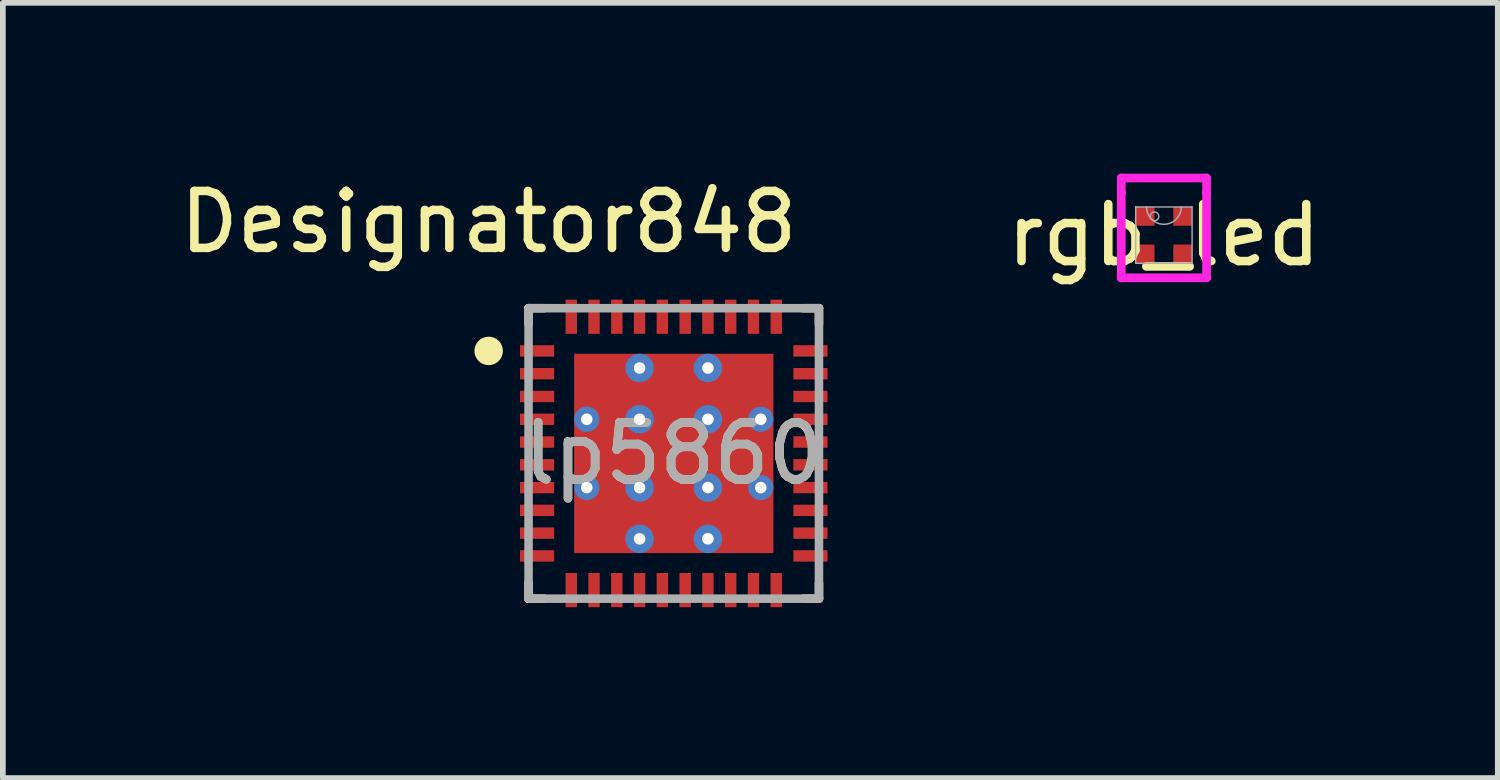
<source format=kicad_pcb>
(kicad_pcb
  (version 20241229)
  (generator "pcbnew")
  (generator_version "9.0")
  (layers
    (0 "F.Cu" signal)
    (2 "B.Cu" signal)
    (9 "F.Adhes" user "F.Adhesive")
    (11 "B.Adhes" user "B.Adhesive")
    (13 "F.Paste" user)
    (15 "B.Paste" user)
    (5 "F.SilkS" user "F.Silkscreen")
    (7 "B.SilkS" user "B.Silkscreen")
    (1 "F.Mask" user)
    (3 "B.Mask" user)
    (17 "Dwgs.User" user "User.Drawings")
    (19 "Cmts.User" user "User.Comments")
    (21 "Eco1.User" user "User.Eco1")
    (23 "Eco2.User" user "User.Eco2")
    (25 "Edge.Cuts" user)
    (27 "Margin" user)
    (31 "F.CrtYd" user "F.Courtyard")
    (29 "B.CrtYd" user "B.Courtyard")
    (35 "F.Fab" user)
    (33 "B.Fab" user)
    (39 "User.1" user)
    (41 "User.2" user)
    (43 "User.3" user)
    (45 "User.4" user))
  (footprint "lp5860"
    (layer "F.Cu")
    (at 8.781 4.912)
    (property "Reference" "lp5860" (at 0 0 0) (unlocked yes) (layer "F.SilkS") (effects (font (size 1 1) (thickness 0.15))))
    (attr smd)
    (fp_line (start -2.55 -2.55) (end -2.275 -2.55) (stroke (width 0.15) (type solid)) (layer "F.SilkS"))
    (fp_line (start -2.55 -2.275) (end -2.55 -2.55) (stroke (width 0.15) (type solid)) (layer "F.SilkS"))
    (fp_line (start -2.55 2.55) (end -2.55 2.275) (stroke (width 0.15) (type solid)) (layer "F.SilkS"))
    (fp_line (start -2.55 2.55) (end -2.275 2.55) (stroke (width 0.15) (type solid)) (layer "F.SilkS"))
    (fp_line (start 2.275 -2.55) (end 2.55 -2.55) (stroke (width 0.15) (type solid)) (layer "F.SilkS"))
    (fp_line (start 2.275 2.55) (end 2.55 2.55) (stroke (width 0.15) (type solid)) (layer "F.SilkS"))
    (fp_line (start 2.55 -2.275) (end 2.55 -2.55) (stroke (width 0.15) (type solid)) (layer "F.SilkS"))
    (fp_line (start 2.55 2.55) (end 2.55 2.275) (stroke (width 0.15) (type solid)) (layer "F.SilkS"))
    (fp_circle (center -3.25 -1.8) (end -3.125 -1.8) (stroke (width 0.25) (type solid)) (fill no) (layer "F.SilkS"))
    (fp_poly (pts (xy -1.7 -1.65) (xy -1.65 -1.7) (xy -0.75 -1.7) (xy -0.7 -1.65) (xy -0.7 -0.75) (xy -0.75 -0.7) (xy -1.65 -0.7) (xy -1.7 -0.75)) (stroke (width 0) (type solid)) (fill yes) (layer "F.Paste"))
    (fp_poly (pts (xy -1.65 0.5) (xy -1.7 0.45) (xy -1.7 -0.45) (xy -1.65 -0.5) (xy -0.75 -0.5) (xy -0.7 -0.45) (xy -0.7 0.45) (xy -0.75 0.5)) (stroke (width 0) (type solid)) (fill yes) (layer "F.Paste"))
    (fp_poly (pts (xy -0.7 1.65) (xy -0.75 1.7) (xy -1.65 1.7) (xy -1.7 1.65) (xy -1.7 0.75) (xy -1.65 0.7) (xy -0.75 0.7) (xy -0.7 0.75)) (stroke (width 0) (type solid)) (fill yes) (layer "F.Paste"))
    (fp_poly (pts (xy 0.45 0.7) (xy 0.5 0.75) (xy 0.5 1.65) (xy 0.45 1.7) (xy -0.45 1.7) (xy -0.5 1.65) (xy -0.5 0.75) (xy -0.45 0.7)) (stroke (width 0) (type solid)) (fill yes) (layer "F.Paste"))
    (fp_poly (pts (xy 0.5 -1.65) (xy 0.5 -0.75) (xy 0.45 -0.7) (xy -0.45 -0.7) (xy -0.5 -0.75) (xy -0.5 -1.65) (xy -0.45 -1.7) (xy 0.45 -1.7)) (stroke (width 0) (type solid)) (fill yes) (layer "F.Paste"))
    (fp_poly (pts (xy 0.5 -0.45) (xy 0.5 0.45) (xy 0.45 0.5) (xy -0.45 0.5) (xy -0.5 0.45) (xy -0.5 -0.45) (xy -0.45 -0.5) (xy 0.45 -0.5)) (stroke (width 0) (type solid)) (fill yes) (layer "F.Paste"))
    (fp_poly (pts (xy 0.7 -1.65) (xy 0.75 -1.7) (xy 1.65 -1.7) (xy 1.7 -1.65) (xy 1.7 -0.75) (xy 1.65 -0.7) (xy 0.75 -0.7) (xy 0.7 -0.75)) (stroke (width 0) (type solid)) (fill yes) (layer "F.Paste"))
    (fp_poly (pts (xy 0.7 0.75) (xy 0.75 0.7) (xy 1.65 0.7) (xy 1.7 0.75) (xy 1.7 1.65) (xy 1.65 1.7) (xy 0.75 1.7) (xy 0.7 1.65)) (stroke (width 0) (type solid)) (fill yes) (layer "F.Paste"))
    (fp_poly (pts (xy 1.65 0.5) (xy 0.75 0.5) (xy 0.7 0.45) (xy 0.7 -0.45) (xy 0.75 -0.5) (xy 1.65 -0.5) (xy 1.7 -0.45) (xy 1.7 0.45)) (stroke (width 0) (type solid)) (fill yes) (layer "F.Paste"))
    (fp_line (start -2.55 -2.55) (end 2.55 -2.55) (stroke (width 0.15) (type solid)) (layer "F.Fab"))
    (fp_line (start -2.55 2.55) (end -2.55 -2.55) (stroke (width 0.15) (type solid)) (layer "F.Fab"))
    (fp_line (start -2.55 2.55) (end 2.55 2.55) (stroke (width 0.15) (type solid)) (layer "F.Fab"))
    (fp_line (start 2.55 2.55) (end 2.55 -2.55) (stroke (width 0.15) (type solid)) (layer "F.Fab"))
    (fp_text user "Designator848" (at -3.251 -4.064 0) (unlocked yes) (layer "F.SilkS") (effects (font (size 1 1) (thickness 0.15))))
    (fp_text user "${REFERENCE}" (at 0 0 0) (unlocked yes) (layer "F.Fab") (effects (font (size 1 1) (thickness 0.15))))
    (pad "1" smd rect (at -2.4 -1.8 90) (size 0.2 0.6) (layers "F.Cu" "F.Mask" "F.Paste"))
    (pad "2" smd rect (at -2.4 -1.4 90) (size 0.2 0.6) (layers "F.Cu" "F.Mask" "F.Paste"))
    (pad "3" smd rect (at -2.4 -1 90) (size 0.2 0.6) (layers "F.Cu" "F.Mask" "F.Paste"))
    (pad "4" smd rect (at -2.4 -0.6 90) (size 0.2 0.6) (layers "F.Cu" "F.Mask" "F.Paste"))
    (pad "5" smd rect (at -2.4 -0.2 90) (size 0.2 0.6) (layers "F.Cu" "F.Mask" "F.Paste"))
    (pad "6" smd rect (at -2.4 0.2 90) (size 0.2 0.6) (layers "F.Cu" "F.Mask" "F.Paste"))
    (pad "7" smd rect (at -2.4 0.6 90) (size 0.2 0.6) (layers "F.Cu" "F.Mask" "F.Paste"))
    (pad "8" smd rect (at -2.4 1 90) (size 0.2 0.6) (layers "F.Cu" "F.Mask" "F.Paste"))
    (pad "9" smd rect (at -2.4 1.4 90) (size 0.2 0.6) (layers "F.Cu" "F.Mask" "F.Paste"))
    (pad "10" smd rect (at -2.4 1.8 90) (size 0.2 0.6) (layers "F.Cu" "F.Mask" "F.Paste"))
    (pad "11" smd rect (at -1.8 2.4) (size 0.2 0.6) (layers "F.Cu" "F.Mask" "F.Paste"))
    (pad "12" smd rect (at -1.4 2.4) (size 0.2 0.6) (layers "F.Cu" "F.Mask" "F.Paste"))
    (pad "13" smd rect (at -1 2.4) (size 0.2 0.6) (layers "F.Cu" "F.Mask" "F.Paste"))
    (pad "14" smd rect (at -0.6 2.4) (size 0.2 0.6) (layers "F.Cu" "F.Mask" "F.Paste"))
    (pad "15" smd rect (at -0.2 2.4) (size 0.2 0.6) (layers "F.Cu" "F.Mask" "F.Paste"))
    (pad "16" smd rect (at 0.2 2.4) (size 0.2 0.6) (layers "F.Cu" "F.Mask" "F.Paste"))
    (pad "17" smd rect (at 0.6 2.4) (size 0.2 0.6) (layers "F.Cu" "F.Mask" "F.Paste"))
    (pad "18" smd rect (at 1 2.4) (size 0.2 0.6) (layers "F.Cu" "F.Mask" "F.Paste"))
    (pad "19" smd rect (at 1.4 2.4) (size 0.2 0.6) (layers "F.Cu" "F.Mask" "F.Paste"))
    (pad "20" smd rect (at 1.8 2.4) (size 0.2 0.6) (layers "F.Cu" "F.Mask" "F.Paste"))
    (pad "21" smd rect (at 2.4 1.8 90) (size 0.2 0.6) (layers "F.Cu" "F.Mask" "F.Paste"))
    (pad "22" smd rect (at 2.4 1.4 90) (size 0.2 0.6) (layers "F.Cu" "F.Mask" "F.Paste"))
    (pad "23" smd rect (at 2.4 1 90) (size 0.2 0.6) (layers "F.Cu" "F.Mask" "F.Paste"))
    (pad "24" smd rect (at 2.4 0.6 90) (size 0.2 0.6) (layers "F.Cu" "F.Mask" "F.Paste"))
    (pad "25" smd rect (at 2.4 0.2 90) (size 0.2 0.6) (layers "F.Cu" "F.Mask" "F.Paste"))
    (pad "26" smd rect (at 2.4 -0.2 90) (size 0.2 0.6) (layers "F.Cu" "F.Mask" "F.Paste"))
    (pad "27" smd rect (at 2.4 -0.6 90) (size 0.2 0.6) (layers "F.Cu" "F.Mask" "F.Paste"))
    (pad "28" smd rect (at 2.4 -1 90) (size 0.2 0.6) (layers "F.Cu" "F.Mask" "F.Paste"))
    (pad "29" smd rect (at 2.4 -1.4 90) (size 0.2 0.6) (layers "F.Cu" "F.Mask" "F.Paste"))
    (pad "30" smd rect (at 2.4 -1.8 90) (size 0.2 0.6) (layers "F.Cu" "F.Mask" "F.Paste"))
    (pad "31" smd rect (at 1.8 -2.4) (size 0.2 0.6) (layers "F.Cu" "F.Mask" "F.Paste"))
    (pad "32" smd rect (at 1.4 -2.4) (size 0.2 0.6) (layers "F.Cu" "F.Mask" "F.Paste"))
    (pad "33" smd rect (at 1 -2.4) (size 0.2 0.6) (layers "F.Cu" "F.Mask" "F.Paste"))
    (pad "34" smd rect (at 0.6 -2.4) (size 0.2 0.6) (layers "F.Cu" "F.Mask" "F.Paste"))
    (pad "35" smd rect (at 0.2 -2.4) (size 0.2 0.6) (layers "F.Cu" "F.Mask" "F.Paste"))
    (pad "36" smd rect (at -0.2 -2.4) (size 0.2 0.6) (layers "F.Cu" "F.Mask" "F.Paste"))
    (pad "37" smd rect (at -0.6 -2.4) (size 0.2 0.6) (layers "F.Cu" "F.Mask" "F.Paste"))
    (pad "38" smd rect (at -1 -2.4) (size 0.2 0.6) (layers "F.Cu" "F.Mask" "F.Paste"))
    (pad "39" smd rect (at -1.4 -2.4) (size 0.2 0.6) (layers "F.Cu" "F.Mask" "F.Paste"))
    (pad "40" smd rect (at -1.8 -2.4) (size 0.2 0.6) (layers "F.Cu" "F.Mask" "F.Paste"))
    (pad "41" smd rect (at 0 0) (size 3.5 3.5) (layers "F.Cu" "F.Mask"))
    (pad "42" thru_hole circle (at 0.6 1.5) (size 0.5 0.5) (drill 0.203) (layers "*.Cu" "*.Mask"))
    (pad "43" thru_hole circle (at -0.6 1.5) (size 0.5 0.5) (drill 0.203) (layers "*.Cu" "*.Mask"))
    (pad "44" thru_hole circle (at 0.6 -1.5) (size 0.5 0.5) (drill 0.203) (layers "*.Cu" "*.Mask"))
    (pad "45" thru_hole circle (at -0.6 -1.5) (size 0.5 0.5) (drill 0.203) (layers "*.Cu" "*.Mask"))
    (pad "46" thru_hole circle (at 1.528 -0.6) (size 0.443 0.443) (drill 0.203) (layers "*.Cu" "*.Mask"))
    (pad "47" thru_hole circle (at 1.528 0.6) (size 0.443 0.443) (drill 0.203) (layers "*.Cu" "*.Mask"))
    (pad "48" thru_hole circle (at -1.528 -0.6) (size 0.443 0.443) (drill 0.203) (layers "*.Cu" "*.Mask"))
    (pad "49" thru_hole circle (at -1.528 0.6) (size 0.443 0.443) (drill 0.203) (layers "*.Cu" "*.Mask"))
    (pad "50" thru_hole circle (at 0.6 0.6) (size 0.5 0.5) (drill 0.203) (layers "*.Cu" "*.Mask"))
    (pad "51" thru_hole circle (at -0.6 0.6) (size 0.5 0.5) (drill 0.203) (layers "*.Cu" "*.Mask"))
    (pad "52" thru_hole circle (at 0.6 -0.6) (size 0.5 0.5) (drill 0.203) (layers "*.Cu" "*.Mask"))
    (pad "53" thru_hole circle (at -0.6 -0.6) (size 0.5 0.5) (drill 0.203) (layers "*.Cu" "*.Mask")))
  (footprint "rgb_led"
    (layer "F.Cu")
    (at 17.388 1.079)
    (property "Reference" "rgb_led" (at 0 0 0) (unlocked yes) (layer "F.SilkS") (effects (font (size 1 1) (thickness 0.15))))
    (attr smd)
    (fp_line (start -0.749 -1.003) (end 0.749 -1.003) (stroke (width 0.152) (type solid)) (layer "F.CrtYd"))
    (fp_line (start -0.749 -0.749) (end -0.749 -1.003) (stroke (width 0.152) (type solid)) (layer "F.CrtYd"))
    (fp_line (start -0.749 -0.749) (end -0.749 -0.749) (stroke (width 0.152) (type solid)) (layer "F.CrtYd"))
    (fp_line (start -0.749 0.749) (end -0.749 -0.749) (stroke (width 0.152) (type solid)) (layer "F.CrtYd"))
    (fp_line (start -0.749 0.749) (end -0.749 0.749) (stroke (width 0.152) (type solid)) (layer "F.CrtYd"))
    (fp_line (start -0.749 0.749) (end -0.749 0.749) (stroke (width 0.152) (type solid)) (layer "F.CrtYd"))
    (fp_line (start 0.749 -1.003) (end 0.749 -0.749) (stroke (width 0.152) (type solid)) (layer "F.CrtYd"))
    (fp_line (start 0.749 -0.749) (end 0.749 -0.749) (stroke (width 0.152) (type solid)) (layer "F.CrtYd"))
    (fp_line (start 0.749 -0.749) (end 0.749 0.749) (stroke (width 0.152) (type solid)) (layer "F.CrtYd"))
    (fp_line (start 0.749 0.749) (end 0.749 0.749) (stroke (width 0.152) (type solid)) (layer "F.CrtYd"))
    (fp_line (start 0.749 0.749) (end 0.749 0.749) (stroke (width 0.152) (type solid)) (layer "F.CrtYd"))
    (fp_line (start 0.749 0.749) (end -0.749 0.749) (stroke (width 0.152) (type solid)) (layer "F.CrtYd"))
    (fp_line (start -0.495 -0.495) (end -0.495 0.495) (stroke (width 0.025) (type solid)) (layer "F.Fab"))
    (fp_line (start -0.495 0.495) (end 0.495 0.495) (stroke (width 0.025) (type solid)) (layer "F.Fab"))
    (fp_line (start 0.495 -0.495) (end -0.495 -0.495) (stroke (width 0.025) (type solid)) (layer "F.Fab"))
    (fp_line (start 0.495 0.495) (end 0.495 -0.495) (stroke (width 0.025) (type solid)) (layer "F.Fab"))
    (fp_arc (start 0.3048 -0.4953) (mid 0 -0.1905) (end -0.3048 -0.4953) (stroke (width 0.0254) (type solid)) (layer "F.Fab"))
    (fp_circle (center -0.165 -0.33) (end -0.089 -0.33) (stroke (width 0.025) (type solid)) (fill no) (layer "F.Fab"))
    (pad "1" smd rect (at -0.33 -0.33) (size 0.33 0.33) (layers "F.Cu" "F.Mask" "F.Paste"))
    (pad "2" smd rect (at -0.33 0.33) (size 0.33 0.33) (layers "F.Cu" "F.Mask" "F.Paste"))
    (pad "3" smd rect (at 0.33 0.33) (size 0.33 0.33) (layers "F.Cu" "F.Mask" "F.Paste"))
    (pad "4" smd rect (at 0.33 -0.33) (size 0.33 0.33) (layers "F.Cu" "F.Mask" "F.Paste")))
  (gr_rect
    (start -3 -3)
    (end 23.251 10.612)
    (stroke (width 0.1) (type default))
    (fill no)
    (layer "Edge.Cuts")))
</source>
